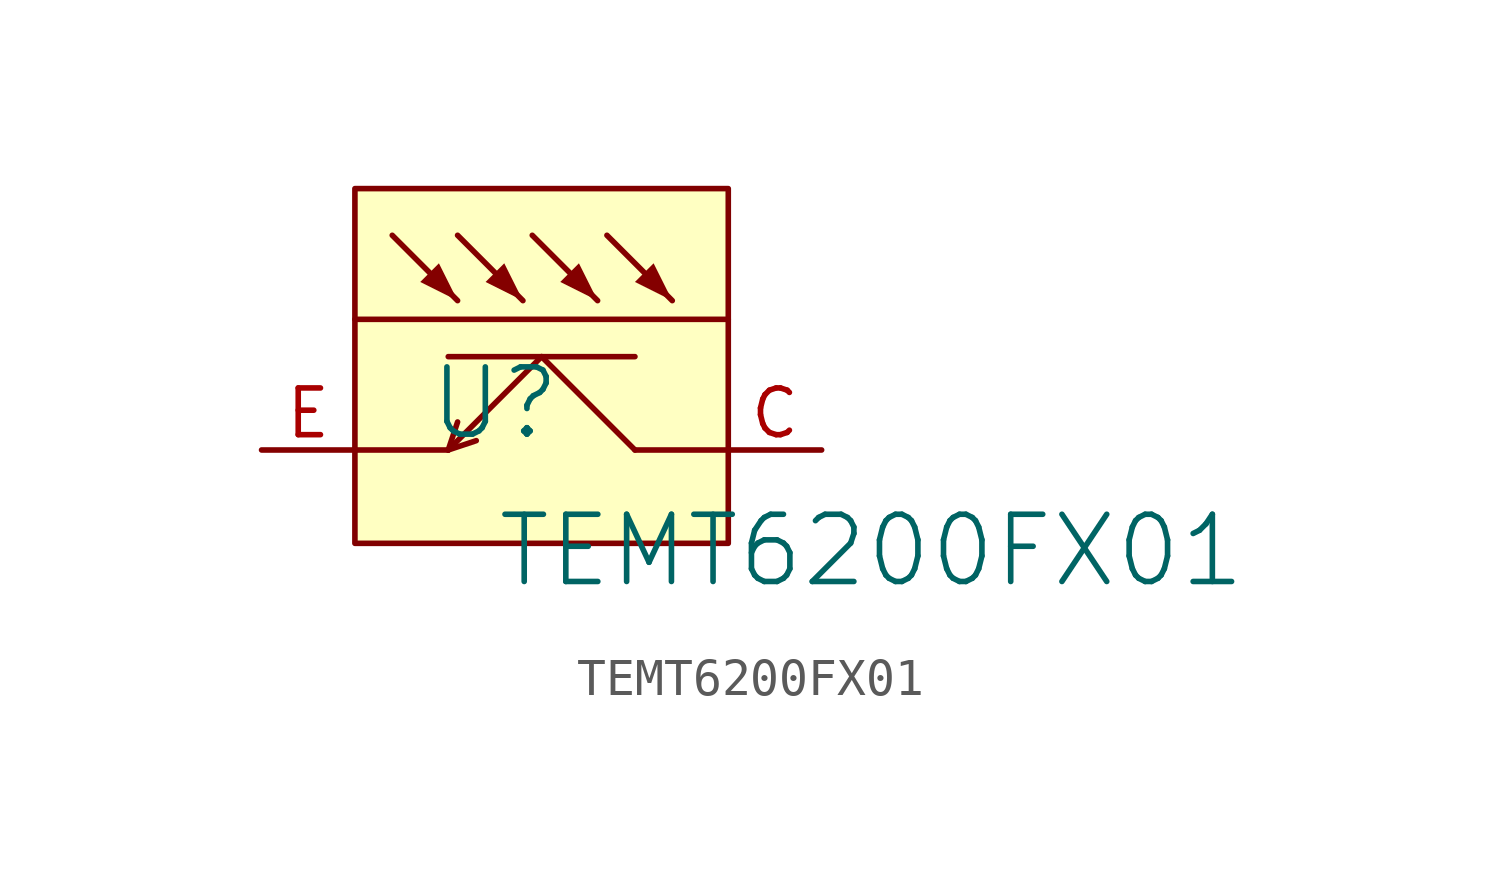
<source format=kicad_sym>
(kicad_symbol_lib
  (version 20241209)
  (generator "kicad_symbol_editor")
  (generator_version "9.0")
  (symbol "TEMT6200FX01"
    (pin_names
      (hide yes))
    (property "Reference" "U"
      (at -1.27 1.27 0)
      (effects (font (size 1.829 1.829))))
    (property "Value" "TEMT6200FX01"
      (at -1.27 -3.81 0)
      (effects (font (size 1.829 1.829)) (justify left bottom)))
    (symbol "TEMT6200FX01_1_0"
      (polyline (pts (xy -5.08 3.556) (xy 5.08 3.556)) (stroke (width 0) (type solid) (color 128 0 0 1)) (fill (type none)))
      (polyline (pts (xy -4.064 5.842) (xy -2.286 4.064)) (stroke (width 0) (type solid)) (fill (type none)))
      (polyline (pts (xy -2.54 2.54) (xy 2.54 2.54)) (stroke (width 0) (type solid)) (fill (type none)))
      (polyline (pts (xy -2.54 0) (xy -5.08 0)) (stroke (width 0) (type solid)) (fill (type none)))
      (polyline (pts (xy -2.54 0) (xy -2.286 0.762)) (stroke (width 0) (type solid)) (fill (type none)))
      (polyline (pts (xy -2.54 0) (xy -1.778 0.254)) (stroke (width 0) (type solid)) (fill (type none)))
      (polyline (pts (xy -2.286 5.842) (xy -0.508 4.064)) (stroke (width 0) (type solid)) (fill (type none)))
      (polyline (pts (xy -2.286 4.064) (xy -3.302 4.572) (xy -2.794 5.08) (xy -2.286 4.064)) (stroke (width -0.0001) (type solid)) (fill (type outline)))
      (polyline (pts (xy -0.508 4.064) (xy -1.524 4.572) (xy -1.016 5.08) (xy -0.508 4.064)) (stroke (width -0.0001) (type solid)) (fill (type outline)))
      (polyline (pts (xy -0.254 5.842) (xy 1.524 4.064)) (stroke (width 0) (type solid)) (fill (type none)))
      (polyline (pts (xy 0 2.54) (xy -2.54 0)) (stroke (width 0) (type solid)) (fill (type none)))
      (polyline (pts (xy 0 2.54) (xy 2.54 0)) (stroke (width 0) (type solid)) (fill (type none)))
      (polyline (pts (xy 1.524 4.064) (xy 0.508 4.572) (xy 1.016 5.08) (xy 1.524 4.064)) (stroke (width -0.0001) (type solid)) (fill (type outline)))
      (polyline (pts (xy 1.778 5.842) (xy 3.556 4.064)) (stroke (width 0) (type solid)) (fill (type none)))
      (polyline (pts (xy 3.556 4.064) (xy 2.54 4.572) (xy 3.048 5.08) (xy 3.556 4.064)) (stroke (width -0.0001) (type solid)) (fill (type outline)))
      (rectangle (start 5.08 7.112) (end -5.08 -2.54) (stroke (width 0) (type solid) (color 128 0 0 1)) (fill (type background)))
      (polyline (pts (xy 5.08 0) (xy 2.54 0)) (stroke (width 0) (type solid)) (fill (type none)))
      (pin passive line (at -7.62 0 0) (length 2.54) (name "E" (effects (font (size 1.27 1.27)))) (number "E" (effects (font (size 1.27 1.27)))))
      (pin passive line (at 7.62 0 180) (length 2.54) (name "C" (effects (font (size 1.27 1.27)))) (number "C" (effects (font (size 1.27 1.27))))))))
</source>
